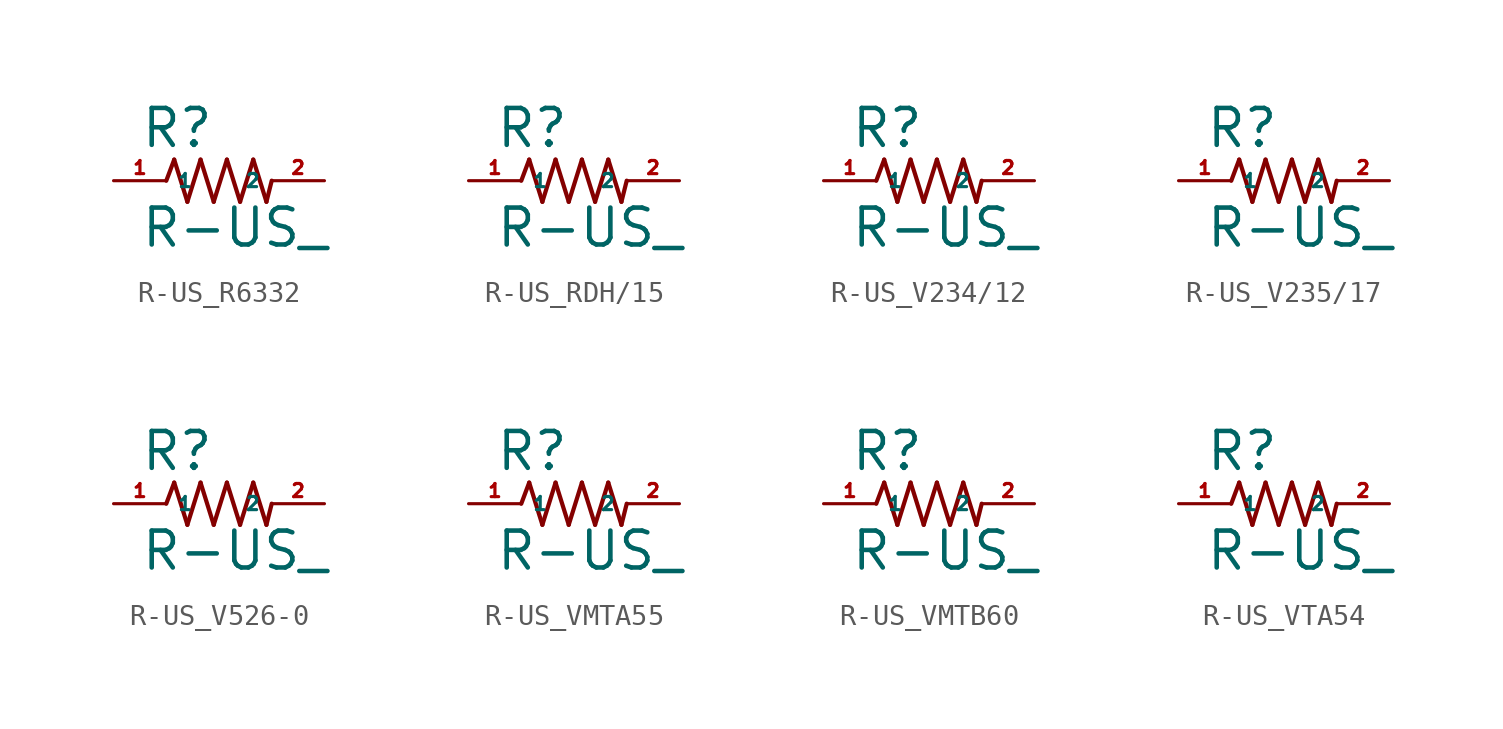
<source format=kicad_sym>
(kicad_symbol_lib
  (version 20220914)
  (generator Eagle2Kicad)
  (symbol "R-US_R6332"
    (property "Reference" "R"
      (at -3.81 1.499 0)
      (effects (font (size 1.778 1.778) (thickness 0.22)) (justify left bottom)))
    (property "Value" "R-US_"
      (at -3.81 -3.302 0)
      (effects (font (size 1.778 1.778) (thickness 0.22)) (justify left bottom)))
    (polyline
      (pts (xy -2.54 0) (xy -2.159 1.016))
      (stroke (width 0.203) (type default))
      (fill (type none)))
    (polyline
      (pts (xy -2.159 1.016) (xy -1.524 -1.016))
      (stroke (width 0.203) (type default))
      (fill (type none)))
    (polyline
      (pts (xy -1.524 -1.016) (xy -0.889 1.016))
      (stroke (width 0.203) (type default))
      (fill (type none)))
    (polyline
      (pts (xy -0.889 1.016) (xy -0.254 -1.016))
      (stroke (width 0.203) (type default))
      (fill (type none)))
    (polyline
      (pts (xy -0.254 -1.016) (xy 0.381 1.016))
      (stroke (width 0.203) (type default))
      (fill (type none)))
    (polyline
      (pts (xy 0.381 1.016) (xy 1.016 -1.016))
      (stroke (width 0.203) (type default))
      (fill (type none)))
    (polyline
      (pts (xy 1.016 -1.016) (xy 1.651 1.016))
      (stroke (width 0.203) (type default))
      (fill (type none)))
    (polyline
      (pts (xy 1.651 1.016) (xy 2.286 -1.016))
      (stroke (width 0.203) (type default))
      (fill (type none)))
    (polyline
      (pts (xy 2.286 -1.016) (xy 2.54 0))
      (stroke (width 0.203) (type default))
      (fill (type none)))
    (pin passive line
      (at 5.08 0 180)
      (length 2.54)
      (name "2" (effects (font (size 0.635 0.635) (thickness 0.08)) (justify left bottom)))
      (number "2" (effects (font (size 0.635 0.635) (thickness 0.08)) (justify left bottom))))
    (pin passive line
      (at -5.08 0 0)
      (length 2.54)
      (name "1" (effects (font (size 0.635 0.635) (thickness 0.08)) (justify left bottom)))
      (number "1" (effects (font (size 0.635 0.635) (thickness 0.08)) (justify left bottom)))))
  (symbol "R-US_RDH/15"
    (property "Reference" "R"
      (at -3.81 1.499 0)
      (effects (font (size 1.778 1.778) (thickness 0.22)) (justify left bottom)))
    (property "Value" "R-US_"
      (at -3.81 -3.302 0)
      (effects (font (size 1.778 1.778) (thickness 0.22)) (justify left bottom)))
    (polyline
      (pts (xy -2.54 0) (xy -2.159 1.016))
      (stroke (width 0.203) (type default))
      (fill (type none)))
    (polyline
      (pts (xy -2.159 1.016) (xy -1.524 -1.016))
      (stroke (width 0.203) (type default))
      (fill (type none)))
    (polyline
      (pts (xy -1.524 -1.016) (xy -0.889 1.016))
      (stroke (width 0.203) (type default))
      (fill (type none)))
    (polyline
      (pts (xy -0.889 1.016) (xy -0.254 -1.016))
      (stroke (width 0.203) (type default))
      (fill (type none)))
    (polyline
      (pts (xy -0.254 -1.016) (xy 0.381 1.016))
      (stroke (width 0.203) (type default))
      (fill (type none)))
    (polyline
      (pts (xy 0.381 1.016) (xy 1.016 -1.016))
      (stroke (width 0.203) (type default))
      (fill (type none)))
    (polyline
      (pts (xy 1.016 -1.016) (xy 1.651 1.016))
      (stroke (width 0.203) (type default))
      (fill (type none)))
    (polyline
      (pts (xy 1.651 1.016) (xy 2.286 -1.016))
      (stroke (width 0.203) (type default))
      (fill (type none)))
    (polyline
      (pts (xy 2.286 -1.016) (xy 2.54 0))
      (stroke (width 0.203) (type default))
      (fill (type none)))
    (pin passive line
      (at 5.08 0 180)
      (length 2.54)
      (name "2" (effects (font (size 0.635 0.635) (thickness 0.08)) (justify left bottom)))
      (number "2" (effects (font (size 0.635 0.635) (thickness 0.08)) (justify left bottom))))
    (pin passive line
      (at -5.08 0 0)
      (length 2.54)
      (name "1" (effects (font (size 0.635 0.635) (thickness 0.08)) (justify left bottom)))
      (number "1" (effects (font (size 0.635 0.635) (thickness 0.08)) (justify left bottom)))))
  (symbol "R-US_V234/12"
    (property "Reference" "R"
      (at -3.81 1.499 0)
      (effects (font (size 1.778 1.778) (thickness 0.22)) (justify left bottom)))
    (property "Value" "R-US_"
      (at -3.81 -3.302 0)
      (effects (font (size 1.778 1.778) (thickness 0.22)) (justify left bottom)))
    (polyline
      (pts (xy -2.54 0) (xy -2.159 1.016))
      (stroke (width 0.203) (type default))
      (fill (type none)))
    (polyline
      (pts (xy -2.159 1.016) (xy -1.524 -1.016))
      (stroke (width 0.203) (type default))
      (fill (type none)))
    (polyline
      (pts (xy -1.524 -1.016) (xy -0.889 1.016))
      (stroke (width 0.203) (type default))
      (fill (type none)))
    (polyline
      (pts (xy -0.889 1.016) (xy -0.254 -1.016))
      (stroke (width 0.203) (type default))
      (fill (type none)))
    (polyline
      (pts (xy -0.254 -1.016) (xy 0.381 1.016))
      (stroke (width 0.203) (type default))
      (fill (type none)))
    (polyline
      (pts (xy 0.381 1.016) (xy 1.016 -1.016))
      (stroke (width 0.203) (type default))
      (fill (type none)))
    (polyline
      (pts (xy 1.016 -1.016) (xy 1.651 1.016))
      (stroke (width 0.203) (type default))
      (fill (type none)))
    (polyline
      (pts (xy 1.651 1.016) (xy 2.286 -1.016))
      (stroke (width 0.203) (type default))
      (fill (type none)))
    (polyline
      (pts (xy 2.286 -1.016) (xy 2.54 0))
      (stroke (width 0.203) (type default))
      (fill (type none)))
    (pin passive line
      (at 5.08 0 180)
      (length 2.54)
      (name "2" (effects (font (size 0.635 0.635) (thickness 0.08)) (justify left bottom)))
      (number "2" (effects (font (size 0.635 0.635) (thickness 0.08)) (justify left bottom))))
    (pin passive line
      (at -5.08 0 0)
      (length 2.54)
      (name "1" (effects (font (size 0.635 0.635) (thickness 0.08)) (justify left bottom)))
      (number "1" (effects (font (size 0.635 0.635) (thickness 0.08)) (justify left bottom)))))
  (symbol "R-US_V235/17"
    (property "Reference" "R"
      (at -3.81 1.499 0)
      (effects (font (size 1.778 1.778) (thickness 0.22)) (justify left bottom)))
    (property "Value" "R-US_"
      (at -3.81 -3.302 0)
      (effects (font (size 1.778 1.778) (thickness 0.22)) (justify left bottom)))
    (polyline
      (pts (xy -2.54 0) (xy -2.159 1.016))
      (stroke (width 0.203) (type default))
      (fill (type none)))
    (polyline
      (pts (xy -2.159 1.016) (xy -1.524 -1.016))
      (stroke (width 0.203) (type default))
      (fill (type none)))
    (polyline
      (pts (xy -1.524 -1.016) (xy -0.889 1.016))
      (stroke (width 0.203) (type default))
      (fill (type none)))
    (polyline
      (pts (xy -0.889 1.016) (xy -0.254 -1.016))
      (stroke (width 0.203) (type default))
      (fill (type none)))
    (polyline
      (pts (xy -0.254 -1.016) (xy 0.381 1.016))
      (stroke (width 0.203) (type default))
      (fill (type none)))
    (polyline
      (pts (xy 0.381 1.016) (xy 1.016 -1.016))
      (stroke (width 0.203) (type default))
      (fill (type none)))
    (polyline
      (pts (xy 1.016 -1.016) (xy 1.651 1.016))
      (stroke (width 0.203) (type default))
      (fill (type none)))
    (polyline
      (pts (xy 1.651 1.016) (xy 2.286 -1.016))
      (stroke (width 0.203) (type default))
      (fill (type none)))
    (polyline
      (pts (xy 2.286 -1.016) (xy 2.54 0))
      (stroke (width 0.203) (type default))
      (fill (type none)))
    (pin passive line
      (at 5.08 0 180)
      (length 2.54)
      (name "2" (effects (font (size 0.635 0.635) (thickness 0.08)) (justify left bottom)))
      (number "2" (effects (font (size 0.635 0.635) (thickness 0.08)) (justify left bottom))))
    (pin passive line
      (at -5.08 0 0)
      (length 2.54)
      (name "1" (effects (font (size 0.635 0.635) (thickness 0.08)) (justify left bottom)))
      (number "1" (effects (font (size 0.635 0.635) (thickness 0.08)) (justify left bottom)))))
  (symbol "R-US_V526-0"
    (property "Reference" "R"
      (at -3.81 1.499 0)
      (effects (font (size 1.778 1.778) (thickness 0.22)) (justify left bottom)))
    (property "Value" "R-US_"
      (at -3.81 -3.302 0)
      (effects (font (size 1.778 1.778) (thickness 0.22)) (justify left bottom)))
    (polyline
      (pts (xy -2.54 0) (xy -2.159 1.016))
      (stroke (width 0.203) (type default))
      (fill (type none)))
    (polyline
      (pts (xy -2.159 1.016) (xy -1.524 -1.016))
      (stroke (width 0.203) (type default))
      (fill (type none)))
    (polyline
      (pts (xy -1.524 -1.016) (xy -0.889 1.016))
      (stroke (width 0.203) (type default))
      (fill (type none)))
    (polyline
      (pts (xy -0.889 1.016) (xy -0.254 -1.016))
      (stroke (width 0.203) (type default))
      (fill (type none)))
    (polyline
      (pts (xy -0.254 -1.016) (xy 0.381 1.016))
      (stroke (width 0.203) (type default))
      (fill (type none)))
    (polyline
      (pts (xy 0.381 1.016) (xy 1.016 -1.016))
      (stroke (width 0.203) (type default))
      (fill (type none)))
    (polyline
      (pts (xy 1.016 -1.016) (xy 1.651 1.016))
      (stroke (width 0.203) (type default))
      (fill (type none)))
    (polyline
      (pts (xy 1.651 1.016) (xy 2.286 -1.016))
      (stroke (width 0.203) (type default))
      (fill (type none)))
    (polyline
      (pts (xy 2.286 -1.016) (xy 2.54 0))
      (stroke (width 0.203) (type default))
      (fill (type none)))
    (pin passive line
      (at 5.08 0 180)
      (length 2.54)
      (name "2" (effects (font (size 0.635 0.635) (thickness 0.08)) (justify left bottom)))
      (number "2" (effects (font (size 0.635 0.635) (thickness 0.08)) (justify left bottom))))
    (pin passive line
      (at -5.08 0 0)
      (length 2.54)
      (name "1" (effects (font (size 0.635 0.635) (thickness 0.08)) (justify left bottom)))
      (number "1" (effects (font (size 0.635 0.635) (thickness 0.08)) (justify left bottom)))))
  (symbol "R-US_VMTA55"
    (property "Reference" "R"
      (at -3.81 1.499 0)
      (effects (font (size 1.778 1.778) (thickness 0.22)) (justify left bottom)))
    (property "Value" "R-US_"
      (at -3.81 -3.302 0)
      (effects (font (size 1.778 1.778) (thickness 0.22)) (justify left bottom)))
    (polyline
      (pts (xy -2.54 0) (xy -2.159 1.016))
      (stroke (width 0.203) (type default))
      (fill (type none)))
    (polyline
      (pts (xy -2.159 1.016) (xy -1.524 -1.016))
      (stroke (width 0.203) (type default))
      (fill (type none)))
    (polyline
      (pts (xy -1.524 -1.016) (xy -0.889 1.016))
      (stroke (width 0.203) (type default))
      (fill (type none)))
    (polyline
      (pts (xy -0.889 1.016) (xy -0.254 -1.016))
      (stroke (width 0.203) (type default))
      (fill (type none)))
    (polyline
      (pts (xy -0.254 -1.016) (xy 0.381 1.016))
      (stroke (width 0.203) (type default))
      (fill (type none)))
    (polyline
      (pts (xy 0.381 1.016) (xy 1.016 -1.016))
      (stroke (width 0.203) (type default))
      (fill (type none)))
    (polyline
      (pts (xy 1.016 -1.016) (xy 1.651 1.016))
      (stroke (width 0.203) (type default))
      (fill (type none)))
    (polyline
      (pts (xy 1.651 1.016) (xy 2.286 -1.016))
      (stroke (width 0.203) (type default))
      (fill (type none)))
    (polyline
      (pts (xy 2.286 -1.016) (xy 2.54 0))
      (stroke (width 0.203) (type default))
      (fill (type none)))
    (pin passive line
      (at 5.08 0 180)
      (length 2.54)
      (name "2" (effects (font (size 0.635 0.635) (thickness 0.08)) (justify left bottom)))
      (number "2" (effects (font (size 0.635 0.635) (thickness 0.08)) (justify left bottom))))
    (pin passive line
      (at -5.08 0 0)
      (length 2.54)
      (name "1" (effects (font (size 0.635 0.635) (thickness 0.08)) (justify left bottom)))
      (number "1" (effects (font (size 0.635 0.635) (thickness 0.08)) (justify left bottom)))))
  (symbol "R-US_VMTB60"
    (property "Reference" "R"
      (at -3.81 1.499 0)
      (effects (font (size 1.778 1.778) (thickness 0.22)) (justify left bottom)))
    (property "Value" "R-US_"
      (at -3.81 -3.302 0)
      (effects (font (size 1.778 1.778) (thickness 0.22)) (justify left bottom)))
    (polyline
      (pts (xy -2.54 0) (xy -2.159 1.016))
      (stroke (width 0.203) (type default))
      (fill (type none)))
    (polyline
      (pts (xy -2.159 1.016) (xy -1.524 -1.016))
      (stroke (width 0.203) (type default))
      (fill (type none)))
    (polyline
      (pts (xy -1.524 -1.016) (xy -0.889 1.016))
      (stroke (width 0.203) (type default))
      (fill (type none)))
    (polyline
      (pts (xy -0.889 1.016) (xy -0.254 -1.016))
      (stroke (width 0.203) (type default))
      (fill (type none)))
    (polyline
      (pts (xy -0.254 -1.016) (xy 0.381 1.016))
      (stroke (width 0.203) (type default))
      (fill (type none)))
    (polyline
      (pts (xy 0.381 1.016) (xy 1.016 -1.016))
      (stroke (width 0.203) (type default))
      (fill (type none)))
    (polyline
      (pts (xy 1.016 -1.016) (xy 1.651 1.016))
      (stroke (width 0.203) (type default))
      (fill (type none)))
    (polyline
      (pts (xy 1.651 1.016) (xy 2.286 -1.016))
      (stroke (width 0.203) (type default))
      (fill (type none)))
    (polyline
      (pts (xy 2.286 -1.016) (xy 2.54 0))
      (stroke (width 0.203) (type default))
      (fill (type none)))
    (pin passive line
      (at 5.08 0 180)
      (length 2.54)
      (name "2" (effects (font (size 0.635 0.635) (thickness 0.08)) (justify left bottom)))
      (number "2" (effects (font (size 0.635 0.635) (thickness 0.08)) (justify left bottom))))
    (pin passive line
      (at -5.08 0 0)
      (length 2.54)
      (name "1" (effects (font (size 0.635 0.635) (thickness 0.08)) (justify left bottom)))
      (number "1" (effects (font (size 0.635 0.635) (thickness 0.08)) (justify left bottom)))))
  (symbol "R-US_VTA54"
    (property "Reference" "R"
      (at -3.81 1.499 0)
      (effects (font (size 1.778 1.778) (thickness 0.22)) (justify left bottom)))
    (property "Value" "R-US_"
      (at -3.81 -3.302 0)
      (effects (font (size 1.778 1.778) (thickness 0.22)) (justify left bottom)))
    (polyline
      (pts (xy -2.54 0) (xy -2.159 1.016))
      (stroke (width 0.203) (type default))
      (fill (type none)))
    (polyline
      (pts (xy -2.159 1.016) (xy -1.524 -1.016))
      (stroke (width 0.203) (type default))
      (fill (type none)))
    (polyline
      (pts (xy -1.524 -1.016) (xy -0.889 1.016))
      (stroke (width 0.203) (type default))
      (fill (type none)))
    (polyline
      (pts (xy -0.889 1.016) (xy -0.254 -1.016))
      (stroke (width 0.203) (type default))
      (fill (type none)))
    (polyline
      (pts (xy -0.254 -1.016) (xy 0.381 1.016))
      (stroke (width 0.203) (type default))
      (fill (type none)))
    (polyline
      (pts (xy 0.381 1.016) (xy 1.016 -1.016))
      (stroke (width 0.203) (type default))
      (fill (type none)))
    (polyline
      (pts (xy 1.016 -1.016) (xy 1.651 1.016))
      (stroke (width 0.203) (type default))
      (fill (type none)))
    (polyline
      (pts (xy 1.651 1.016) (xy 2.286 -1.016))
      (stroke (width 0.203) (type default))
      (fill (type none)))
    (polyline
      (pts (xy 2.286 -1.016) (xy 2.54 0))
      (stroke (width 0.203) (type default))
      (fill (type none)))
    (pin passive line
      (at 5.08 0 180)
      (length 2.54)
      (name "2" (effects (font (size 0.635 0.635) (thickness 0.08)) (justify left bottom)))
      (number "2" (effects (font (size 0.635 0.635) (thickness 0.08)) (justify left bottom))))
    (pin passive line
      (at -5.08 0 0)
      (length 2.54)
      (name "1" (effects (font (size 0.635 0.635) (thickness 0.08)) (justify left bottom)))
      (number "1" (effects (font (size 0.635 0.635) (thickness 0.08)) (justify left bottom))))))
</source>
